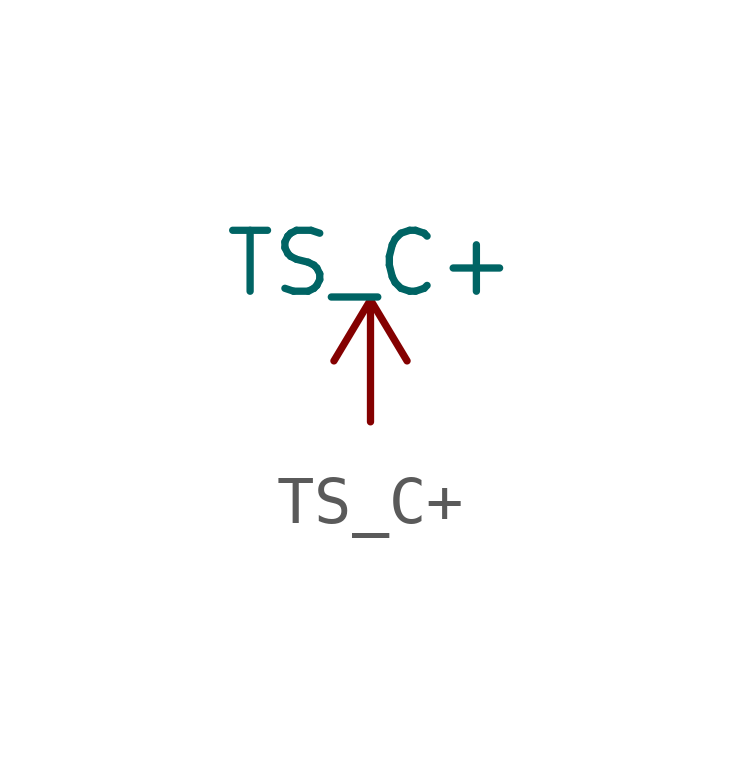
<source format=kicad_sym>
(kicad_symbol_lib
  (version 20231120)
  (generator "kicad_symbol_editor")
  (generator_version "8.0")
  (symbol "TS_C+"
    (power)
    (pin_names
      (offset 0))
    (property "Reference" "#PWR"
      (at 0 -3.81 0)
      (effects (font (size 1.27 1.27)) (hide yes)))
    (property "Value" "TS_C+"
      (at 0 3.302 0)
      (effects (font (size 1.27 1.27))))
    (symbol "TS_C+_0_1"
      (polyline (pts (xy -0.762 1.27) (xy 0 2.54)) (stroke (width 0) (type default)) (fill (type none)))
      (polyline (pts (xy 0 0) (xy 0 2.54)) (stroke (width 0) (type default)) (fill (type none)))
      (polyline (pts (xy 0 2.54) (xy 0.762 1.27)) (stroke (width 0) (type default)) (fill (type none))))
    (symbol "TS_C+_1_1"
      (pin power_in line (at 0 0 90) (length 0) hide (name "TS_C+" (effects (font (size 1.27 1.27)))) (number "1" (effects (font (size 1.27 1.27))))))))
</source>
